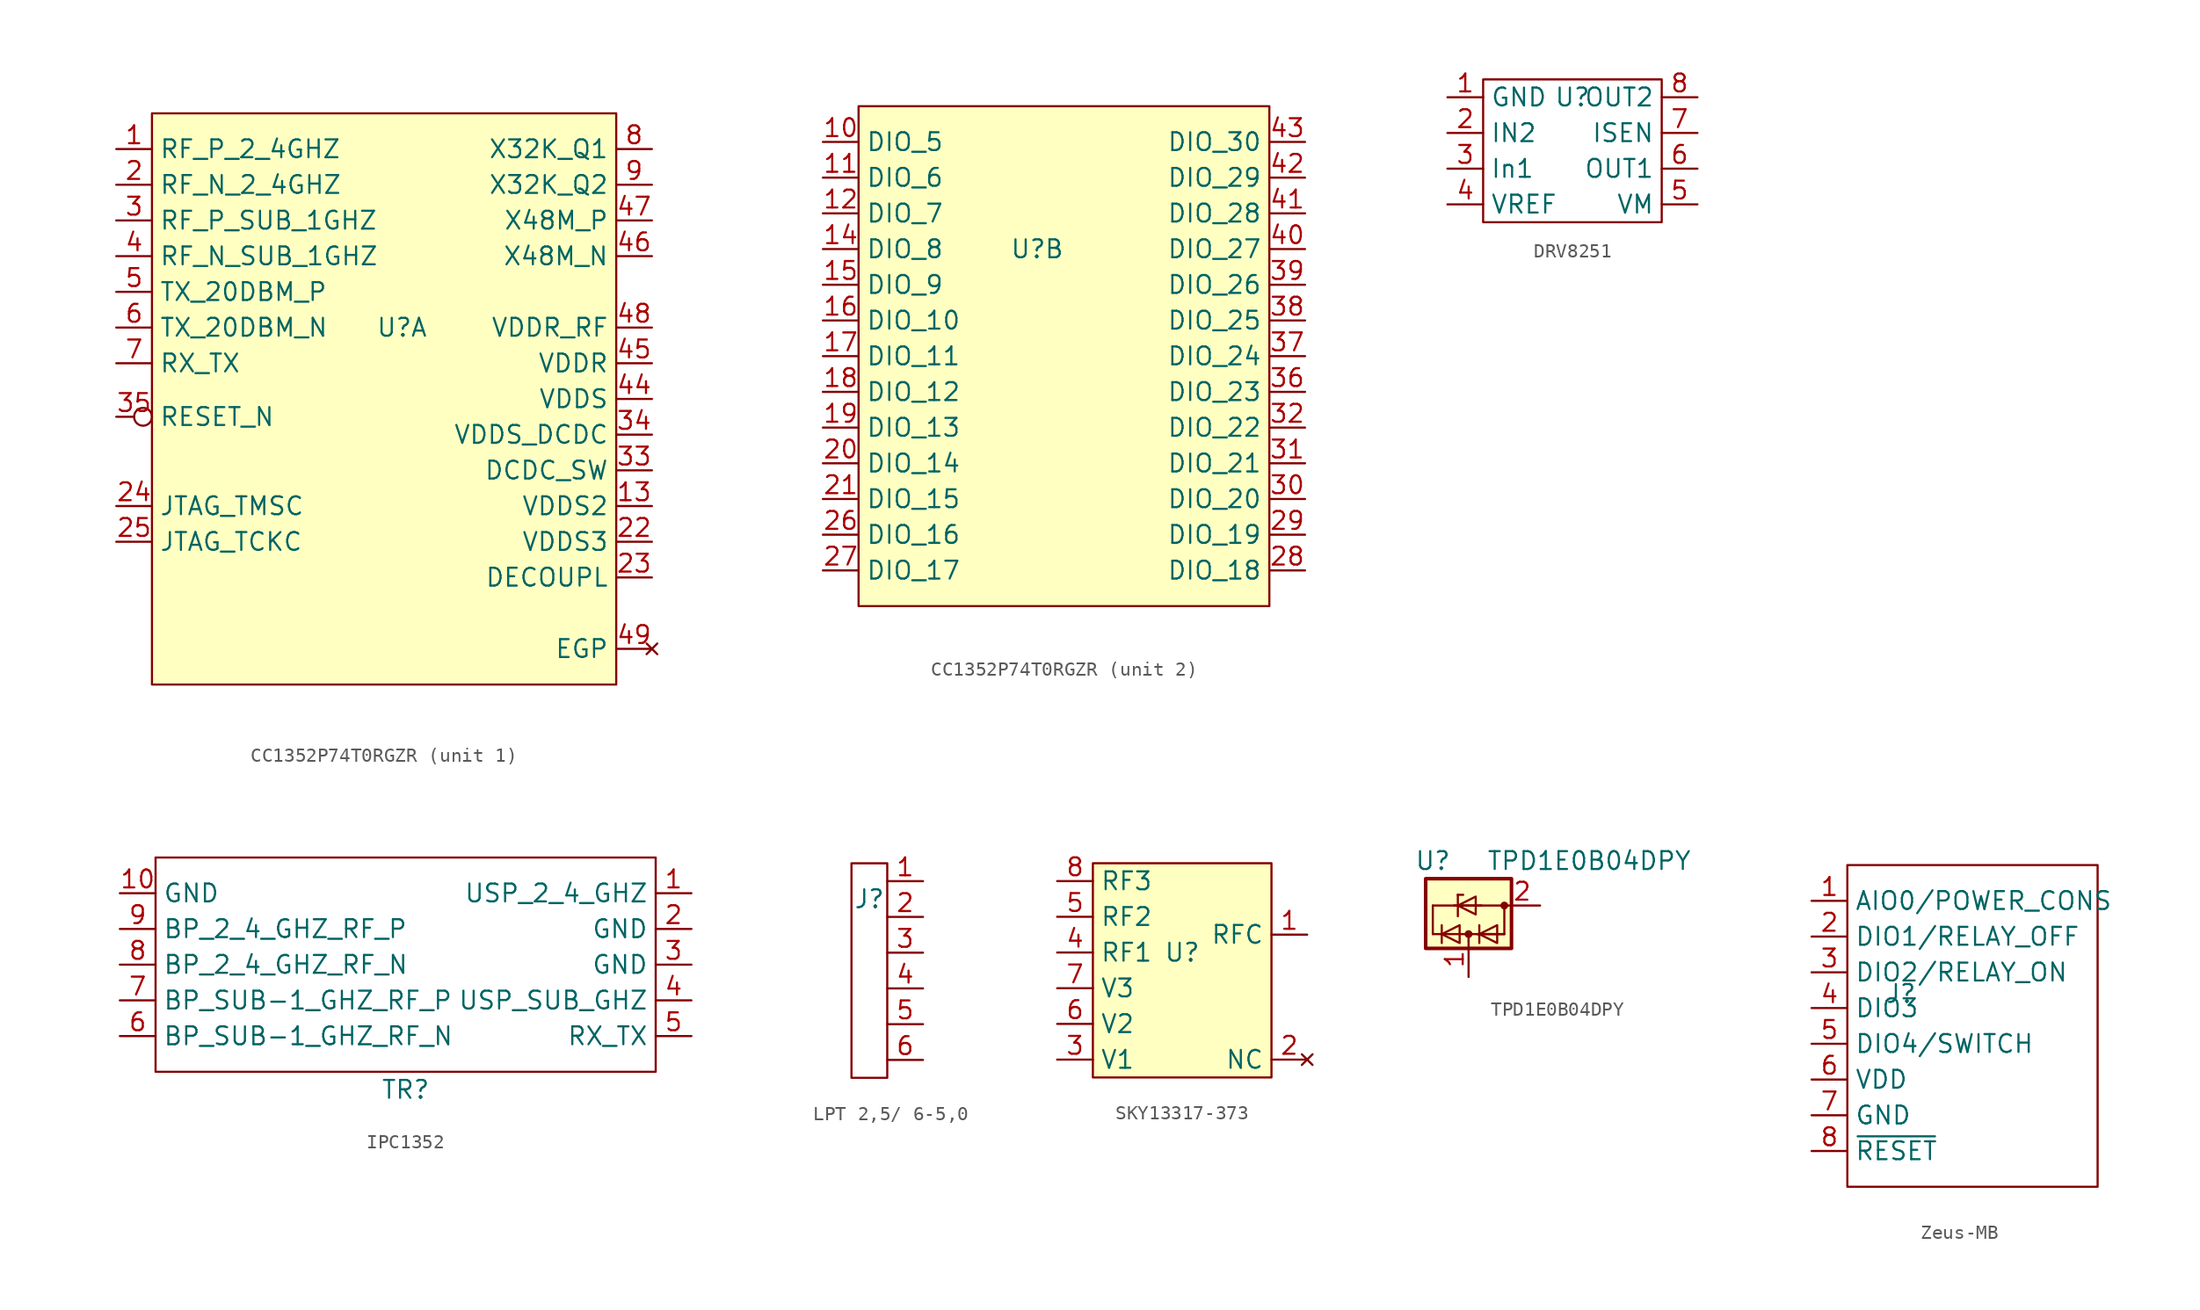
<source format=kicad_sym>
(kicad_symbol_lib
  (version 20231120)
  (generator "kicad_symbol_editor")
  (generator_version "8.0")
  (symbol "CC1352P74T0RGZR"
    (property "Reference" "U"
      (at 0 0 0)
      (effects (font (size 1.27 1.27))))
    (property "Value" ""
      (at 0 0 0)
      (effects (font (size 1.27 1.27))))
    (property "ki_locked" ""
      (at 0 0 0)
      (effects (font (size 1.27 1.27))))
    (symbol "CC1352P74T0RGZR_1_1"
      (rectangle (start -17.78 15.24) (end 15.24 -25.4) (stroke (width 0) (type default)) (fill (type background)))
      (pin passive line (at -20.32 12.7 0) (length 2.54) (name "RF_P_2_4GHZ" (effects (font (size 1.27 1.27)))) (number "1" (effects (font (size 1.27 1.27)))))
      (pin power_in line (at 17.78 -12.7 180) (length 2.54) (name "VDDS2" (effects (font (size 1.27 1.27)))) (number "13" (effects (font (size 1.27 1.27)))))
      (pin passive line (at -20.32 10.16 0) (length 2.54) (name "RF_N_2_4GHZ" (effects (font (size 1.27 1.27)))) (number "2" (effects (font (size 1.27 1.27)))))
      (pin power_in line (at 17.78 -15.24 180) (length 2.54) (name "VDDS3" (effects (font (size 1.27 1.27)))) (number "22" (effects (font (size 1.27 1.27)))))
      (pin input line (at 17.78 -17.78 180) (length 2.54) (name "DECOUPL" (effects (font (size 1.27 1.27)))) (number "23" (effects (font (size 1.27 1.27)))))
      (pin bidirectional line (at -20.32 -12.7 0) (length 2.54) (name "JTAG_TMSC" (effects (font (size 1.27 1.27)))) (number "24" (effects (font (size 1.27 1.27)))))
      (pin output line (at -20.32 -15.24 0) (length 2.54) (name "JTAG_TCKC" (effects (font (size 1.27 1.27)))) (number "25" (effects (font (size 1.27 1.27)))))
      (pin passive line (at -20.32 7.62 0) (length 2.54) (name "RF_P_SUB_1GHZ" (effects (font (size 1.27 1.27)))) (number "3" (effects (font (size 1.27 1.27)))))
      (pin power_out line (at 17.78 -10.16 180) (length 2.54) (name "DCDC_SW" (effects (font (size 1.27 1.27)))) (number "33" (effects (font (size 1.27 1.27)))))
      (pin power_in line (at 17.78 -7.62 180) (length 2.54) (name "VDDS_DCDC" (effects (font (size 1.27 1.27)))) (number "34" (effects (font (size 1.27 1.27)))))
      (pin input inverted (at -20.32 -6.35 0) (length 2.54) (name "RESET_N" (effects (font (size 1.27 1.27)))) (number "35" (effects (font (size 1.27 1.27)))))
      (pin passive line (at -20.32 5.08 0) (length 2.54) (name "RF_N_SUB_1GHZ" (effects (font (size 1.27 1.27)))) (number "4" (effects (font (size 1.27 1.27)))))
      (pin power_in line (at 17.78 -5.08 180) (length 2.54) (name "VDDS" (effects (font (size 1.27 1.27)))) (number "44" (effects (font (size 1.27 1.27)))))
      (pin power_in line (at 17.78 -2.54 180) (length 2.54) (name "VDDR" (effects (font (size 1.27 1.27)))) (number "45" (effects (font (size 1.27 1.27)))))
      (pin passive line (at 17.78 5.08 180) (length 2.54) (name "X48M_N" (effects (font (size 1.27 1.27)))) (number "46" (effects (font (size 1.27 1.27)))))
      (pin passive line (at 17.78 7.62 180) (length 2.54) (name "X48M_P" (effects (font (size 1.27 1.27)))) (number "47" (effects (font (size 1.27 1.27)))))
      (pin power_in line (at 17.78 0 180) (length 2.54) (name "VDDR_RF" (effects (font (size 1.27 1.27)))) (number "48" (effects (font (size 1.27 1.27)))))
      (pin no_connect line (at 17.78 -22.86 180) (length 2.54) (name "EGP" (effects (font (size 1.27 1.27)))) (number "49" (effects (font (size 1.27 1.27)))))
      (pin passive line (at -20.32 2.54 0) (length 2.54) (name "TX_20DBM_P" (effects (font (size 1.27 1.27)))) (number "5" (effects (font (size 1.27 1.27)))))
      (pin passive line (at -20.32 0 0) (length 2.54) (name "TX_20DBM_N" (effects (font (size 1.27 1.27)))) (number "6" (effects (font (size 1.27 1.27)))))
      (pin passive line (at -20.32 -2.54 0) (length 2.54) (name "RX_TX" (effects (font (size 1.27 1.27)))) (number "7" (effects (font (size 1.27 1.27)))))
      (pin passive line (at 17.78 12.7 180) (length 2.54) (name "X32K_Q1" (effects (font (size 1.27 1.27)))) (number "8" (effects (font (size 1.27 1.27)))))
      (pin passive line (at 17.78 10.16 180) (length 2.54) (name "X32K_Q2" (effects (font (size 1.27 1.27)))) (number "9" (effects (font (size 1.27 1.27))))))
    (symbol "CC1352P74T0RGZR_2_1"
      (rectangle (start -12.7 10.16) (end 16.51 -25.4) (stroke (width 0) (type default)) (fill (type background)))
      (pin bidirectional line (at -15.24 7.62 0) (length 2.54) (name "DIO_5" (effects (font (size 1.27 1.27)))) (number "10" (effects (font (size 1.27 1.27)))))
      (pin bidirectional line (at -15.24 5.08 0) (length 2.54) (name "DIO_6" (effects (font (size 1.27 1.27)))) (number "11" (effects (font (size 1.27 1.27)))))
      (pin bidirectional line (at -15.24 2.54 0) (length 2.54) (name "DIO_7" (effects (font (size 1.27 1.27)))) (number "12" (effects (font (size 1.27 1.27)))))
      (pin bidirectional line (at -15.24 0 0) (length 2.54) (name "DIO_8" (effects (font (size 1.27 1.27)))) (number "14" (effects (font (size 1.27 1.27)))))
      (pin bidirectional line (at -15.24 -2.54 0) (length 2.54) (name "DIO_9" (effects (font (size 1.27 1.27)))) (number "15" (effects (font (size 1.27 1.27)))))
      (pin bidirectional line (at -15.24 -5.08 0) (length 2.54) (name "DIO_10" (effects (font (size 1.27 1.27)))) (number "16" (effects (font (size 1.27 1.27)))))
      (pin bidirectional line (at -15.24 -7.62 0) (length 2.54) (name "DIO_11" (effects (font (size 1.27 1.27)))) (number "17" (effects (font (size 1.27 1.27)))))
      (pin bidirectional line (at -15.24 -10.16 0) (length 2.54) (name "DIO_12" (effects (font (size 1.27 1.27)))) (number "18" (effects (font (size 1.27 1.27)))))
      (pin bidirectional line (at -15.24 -12.7 0) (length 2.54) (name "DIO_13" (effects (font (size 1.27 1.27)))) (number "19" (effects (font (size 1.27 1.27)))))
      (pin bidirectional line (at -15.24 -15.24 0) (length 2.54) (name "DIO_14" (effects (font (size 1.27 1.27)))) (number "20" (effects (font (size 1.27 1.27)))))
      (pin bidirectional line (at -15.24 -17.78 0) (length 2.54) (name "DIO_15" (effects (font (size 1.27 1.27)))) (number "21" (effects (font (size 1.27 1.27)))))
      (pin bidirectional line (at -15.24 -20.32 0) (length 2.54) (name "DIO_16" (effects (font (size 1.27 1.27)))) (number "26" (effects (font (size 1.27 1.27)))))
      (pin bidirectional line (at -15.24 -22.86 0) (length 2.54) (name "DIO_17" (effects (font (size 1.27 1.27)))) (number "27" (effects (font (size 1.27 1.27)))))
      (pin bidirectional line (at 19.05 -22.86 180) (length 2.54) (name "DIO_18" (effects (font (size 1.27 1.27)))) (number "28" (effects (font (size 1.27 1.27)))))
      (pin bidirectional line (at 19.05 -20.32 180) (length 2.54) (name "DIO_19" (effects (font (size 1.27 1.27)))) (number "29" (effects (font (size 1.27 1.27)))))
      (pin bidirectional line (at 19.05 -17.78 180) (length 2.54) (name "DIO_20" (effects (font (size 1.27 1.27)))) (number "30" (effects (font (size 1.27 1.27)))))
      (pin bidirectional line (at 19.05 -15.24 180) (length 2.54) (name "DIO_21" (effects (font (size 1.27 1.27)))) (number "31" (effects (font (size 1.27 1.27)))))
      (pin bidirectional line (at 19.05 -12.7 180) (length 2.54) (name "DIO_22" (effects (font (size 1.27 1.27)))) (number "32" (effects (font (size 1.27 1.27)))))
      (pin bidirectional line (at 19.05 -10.16 180) (length 2.54) (name "DIO_23" (effects (font (size 1.27 1.27)))) (number "36" (effects (font (size 1.27 1.27)))))
      (pin bidirectional line (at 19.05 -7.62 180) (length 2.54) (name "DIO_24" (effects (font (size 1.27 1.27)))) (number "37" (effects (font (size 1.27 1.27)))))
      (pin bidirectional line (at 19.05 -5.08 180) (length 2.54) (name "DIO_25" (effects (font (size 1.27 1.27)))) (number "38" (effects (font (size 1.27 1.27)))))
      (pin bidirectional line (at 19.05 -2.54 180) (length 2.54) (name "DIO_26" (effects (font (size 1.27 1.27)))) (number "39" (effects (font (size 1.27 1.27)))))
      (pin bidirectional line (at 19.05 0 180) (length 2.54) (name "DIO_27" (effects (font (size 1.27 1.27)))) (number "40" (effects (font (size 1.27 1.27)))))
      (pin bidirectional line (at 19.05 2.54 180) (length 2.54) (name "DIO_28" (effects (font (size 1.27 1.27)))) (number "41" (effects (font (size 1.27 1.27)))))
      (pin bidirectional line (at 19.05 5.08 180) (length 2.54) (name "DIO_29" (effects (font (size 1.27 1.27)))) (number "42" (effects (font (size 1.27 1.27)))))
      (pin bidirectional line (at 19.05 7.62 180) (length 2.54) (name "DIO_30" (effects (font (size 1.27 1.27)))) (number "43" (effects (font (size 1.27 1.27)))))))
  (symbol "DRV8251"
    (property "Reference" "U"
      (at 0 2.54 0)
      (effects (font (size 1.27 1.27))))
    (property "Value" ""
      (at 0 0 0)
      (effects (font (size 1.27 1.27))))
    (symbol "DRV8251_0_1"
      (rectangle (start -6.35 3.81) (end 6.35 -6.35) (stroke (width 0) (type default)) (fill (type none))))
    (symbol "DRV8251_1_1"
      (pin power_in line (at -8.89 2.54 0) (length 2.54) (name "GND" (effects (font (size 1.27 1.27)))) (number "1" (effects (font (size 1.27 1.27)))))
      (pin passive line (at -8.89 0 0) (length 2.54) (name "IN2" (effects (font (size 1.27 1.27)))) (number "2" (effects (font (size 1.27 1.27)))))
      (pin passive line (at -8.89 -2.54 0) (length 2.54) (name "In1" (effects (font (size 1.27 1.27)))) (number "3" (effects (font (size 1.27 1.27)))))
      (pin power_in line (at -8.89 -5.08 0) (length 2.54) (name "VREF" (effects (font (size 1.27 1.27)))) (number "4" (effects (font (size 1.27 1.27)))))
      (pin power_in line (at 8.89 -5.08 180) (length 2.54) (name "VM" (effects (font (size 1.27 1.27)))) (number "5" (effects (font (size 1.27 1.27)))))
      (pin passive line (at 8.89 -2.54 180) (length 2.54) (name "OUT1" (effects (font (size 1.27 1.27)))) (number "6" (effects (font (size 1.27 1.27)))))
      (pin power_in line (at 8.89 0 180) (length 2.54) (name "ISEN" (effects (font (size 1.27 1.27)))) (number "7" (effects (font (size 1.27 1.27)))))
      (pin passive line (at 8.89 2.54 180) (length 2.54) (name "OUT2" (effects (font (size 1.27 1.27)))) (number "8" (effects (font (size 1.27 1.27)))))))
  (symbol "IPC1352"
    (property "Reference" "TR"
      (at 0 -8.89 0)
      (effects (font (size 1.27 1.27))))
    (property "Value" ""
      (at 12.7 0 0)
      (effects (font (size 1.27 1.27))))
    (symbol "IPC1352_0_1"
      (rectangle (start -17.78 7.62) (end 17.78 -7.62) (stroke (width 0) (type default)) (fill (type none))))
    (symbol "IPC1352_1_1"
      (pin passive line (at 20.32 5.08 180) (length 2.54) (name "USP_2_4_GHZ" (effects (font (size 1.27 1.27)))) (number "1" (effects (font (size 1.27 1.27)))))
      (pin passive line (at -20.32 5.08 0) (length 2.54) (name "GND" (effects (font (size 1.27 1.27)))) (number "10" (effects (font (size 1.27 1.27)))))
      (pin passive line (at 20.32 2.54 180) (length 2.54) (name "GND" (effects (font (size 1.27 1.27)))) (number "2" (effects (font (size 1.27 1.27)))))
      (pin passive line (at 20.32 0 180) (length 2.54) (name "GND" (effects (font (size 1.27 1.27)))) (number "3" (effects (font (size 1.27 1.27)))))
      (pin passive line (at 20.32 -2.54 180) (length 2.54) (name "USP_SUB_GHZ" (effects (font (size 1.27 1.27)))) (number "4" (effects (font (size 1.27 1.27)))))
      (pin passive line (at 20.32 -5.08 180) (length 2.54) (name "RX_TX" (effects (font (size 1.27 1.27)))) (number "5" (effects (font (size 1.27 1.27)))))
      (pin passive line (at -20.32 -5.08 0) (length 2.54) (name "BP_SUB-1_GHZ_RF_N" (effects (font (size 1.27 1.27)))) (number "6" (effects (font (size 1.27 1.27)))))
      (pin passive line (at -20.32 -2.54 0) (length 2.54) (name "BP_SUB-1_GHZ_RF_P" (effects (font (size 1.27 1.27)))) (number "7" (effects (font (size 1.27 1.27)))))
      (pin passive line (at -20.32 0 0) (length 2.54) (name "BP_2_4_GHZ_RF_N" (effects (font (size 1.27 1.27)))) (number "8" (effects (font (size 1.27 1.27)))))
      (pin passive line (at -20.32 2.54 0) (length 2.54) (name "BP_2_4_GHZ_RF_P" (effects (font (size 1.27 1.27)))) (number "9" (effects (font (size 1.27 1.27)))))))
  (symbol "LPT 2,5/ 6-5,0"
    (property "Reference" "J"
      (at 0 5.08 0)
      (effects (font (size 1.27 1.27))))
    (property "Value" ""
      (at 0 5.08 0)
      (effects (font (size 1.27 1.27))))
    (symbol "LPT 2,5/ 6-5,0_0_1"
      (polyline (pts (xy -1.27 7.62) (xy 1.27 7.62) (xy 1.27 -7.62) (xy -1.27 -7.62) (xy -1.27 7.62)) (stroke (width 0) (type default)) (fill (type none))))
    (symbol "LPT 2,5/ 6-5,0_1_1"
      (pin passive line (at 3.81 6.35 180) (length 2.54) (name "" (effects (font (size 1.27 1.27)))) (number "1" (effects (font (size 1.27 1.27)))))
      (pin passive line (at 3.81 3.81 180) (length 2.54) (name "" (effects (font (size 1.27 1.27)))) (number "2" (effects (font (size 1.27 1.27)))))
      (pin passive line (at 3.81 1.27 180) (length 2.54) (name "" (effects (font (size 1.27 1.27)))) (number "3" (effects (font (size 1.27 1.27)))))
      (pin passive line (at 3.81 -1.27 180) (length 2.54) (name "" (effects (font (size 1.27 1.27)))) (number "4" (effects (font (size 1.27 1.27)))))
      (pin passive line (at 3.81 -3.81 180) (length 2.54) (name "" (effects (font (size 1.27 1.27)))) (number "5" (effects (font (size 1.27 1.27)))))
      (pin passive line (at 3.81 -6.35 180) (length 2.54) (name "" (effects (font (size 1.27 1.27)))) (number "6" (effects (font (size 1.27 1.27)))))))
  (symbol "SKY13317-373"
    (property "Reference" "U"
      (at 0 0 0)
      (effects (font (size 1.27 1.27))))
    (property "Value" ""
      (at 0 0 0)
      (effects (font (size 1.27 1.27))))
    (symbol "SKY13317-373_1_1"
      (rectangle (start -6.35 6.35) (end 6.35 -8.89) (stroke (width 0) (type default)) (fill (type background)))
      (pin passive line (at 8.89 1.27 180) (length 2.54) (name "RFC" (effects (font (size 1.27 1.27)))) (number "1" (effects (font (size 1.27 1.27)))))
      (pin no_connect line (at 8.89 -7.62 180) (length 2.54) (name "NC" (effects (font (size 1.27 1.27)))) (number "2" (effects (font (size 1.27 1.27)))))
      (pin input line (at -8.89 -7.62 0) (length 2.54) (name "V1" (effects (font (size 1.27 1.27)))) (number "3" (effects (font (size 1.27 1.27)))))
      (pin passive line (at -8.89 0 0) (length 2.54) (name "RF1" (effects (font (size 1.27 1.27)))) (number "4" (effects (font (size 1.27 1.27)))))
      (pin passive line (at -8.89 2.54 0) (length 2.54) (name "RF2" (effects (font (size 1.27 1.27)))) (number "5" (effects (font (size 1.27 1.27)))))
      (pin input line (at -8.89 -5.08 0) (length 2.54) (name "V2" (effects (font (size 1.27 1.27)))) (number "6" (effects (font (size 1.27 1.27)))))
      (pin input line (at -8.89 -2.54 0) (length 2.54) (name "V3" (effects (font (size 1.27 1.27)))) (number "7" (effects (font (size 1.27 1.27)))))
      (pin passive line (at -8.89 5.08 0) (length 2.54) (name "RF3" (effects (font (size 1.27 1.27)))) (number "8" (effects (font (size 1.27 1.27)))))
      (pin no_connect line (at 8.89 -5.08 180) (length 2.54) hide (name "PAD" (effects (font (size 1.27 1.27)))) (number "9" (effects (font (size 1.27 1.27)))))))
  (symbol "TPD1E0B04DPY"
    (pin_names
      (offset 0) hide)
    (property "Reference" "U"
      (at -2.54 3.175 0)
      (effects (font (size 1.27 1.27))))
    (property "Value" "TPD1E0B04DPY"
      (at 1.27 3.175 0)
      (effects (font (size 1.27 1.27)) (justify left)))
    (symbol "TPD1E0B04DPY_0_1"
      (rectangle (start -3.048 1.905) (end 3.048 -3.048) (stroke (width 0.254) (type default)) (fill (type background)))
      (circle (center 0 -2.032) (radius 0.203) (stroke (width 0) (type default)) (fill (type outline)))
      (polyline (pts (xy -2.54 -2.032) (xy -2.54 0)) (stroke (width 0) (type default)) (fill (type none)))
      (polyline (pts (xy -1.905 -2.667) (xy -1.905 -1.397)) (stroke (width 0) (type default)) (fill (type none)))
      (polyline (pts (xy -1.016 0) (xy -2.54 0)) (stroke (width 0) (type default)) (fill (type none)))
      (polyline (pts (xy -0.762 -0.762) (xy -0.762 0.762)) (stroke (width 0) (type default)) (fill (type none)))
      (polyline (pts (xy -0.762 0.762) (xy -0.762 0.762)) (stroke (width 0) (type default)) (fill (type none)))
      (polyline (pts (xy -0.635 -2.032) (xy -2.54 -2.032)) (stroke (width 0) (type default)) (fill (type none)))
      (polyline (pts (xy -0.635 -2.032) (xy 0.635 -2.032)) (stroke (width 0) (type default)) (fill (type none)))
      (polyline (pts (xy -0.381 0.762) (xy -0.762 0.762)) (stroke (width 0) (type default)) (fill (type none)))
      (polyline (pts (xy 0 -2.54) (xy 0 -2.032)) (stroke (width 0) (type default)) (fill (type none)))
      (polyline (pts (xy 0.762 -2.667) (xy 0.762 -1.397)) (stroke (width 0) (type default)) (fill (type none)))
      (polyline (pts (xy 0.889 0) (xy -1.016 0)) (stroke (width 0) (type default)) (fill (type none)))
      (polyline (pts (xy 0.889 0) (xy -1.016 0)) (stroke (width 0) (type default)) (fill (type none)))
      (polyline (pts (xy 0.889 0) (xy 2.54 0)) (stroke (width 0) (type default)) (fill (type none)))
      (polyline (pts (xy 2.54 -2.032) (xy 0.635 -2.032)) (stroke (width 0) (type default)) (fill (type none)))
      (polyline (pts (xy 2.54 -2.032) (xy 0.635 -2.032)) (stroke (width 0) (type default)) (fill (type none)))
      (polyline (pts (xy 2.54 -2.032) (xy 2.54 0)) (stroke (width 0) (type default)) (fill (type none)))
      (polyline (pts (xy -1.905 -2.032) (xy -0.635 -1.397) (xy -0.635 -2.667) (xy -1.905 -2.032)) (stroke (width 0) (type default)) (fill (type none)))
      (polyline (pts (xy -0.762 0) (xy 0.508 0.635) (xy 0.508 -0.635) (xy -0.762 0)) (stroke (width 0) (type default)) (fill (type none)))
      (polyline (pts (xy 0.762 -2.032) (xy 2.032 -1.397) (xy 2.032 -2.667) (xy 0.762 -2.032)) (stroke (width 0) (type default)) (fill (type none)))
      (circle (center 2.54 0) (radius 0.203) (stroke (width 0) (type default)) (fill (type outline))))
    (symbol "TPD1E0B04DPY_1_1"
      (pin passive line (at 0 -5.08 90) (length 2.54) (name "I/O" (effects (font (size 1.27 1.27)))) (number "1" (effects (font (size 1.27 1.27)))))
      (pin power_in line (at 5.08 0 180) (length 2.54) (name "GND" (effects (font (size 1.27 1.27)))) (number "2" (effects (font (size 1.27 1.27)))))))
  (symbol "Zeus-MB"
    (property "Reference" "J"
      (at 3.81 2.286 0)
      (effects (font (size 1.27 1.27))))
    (property "Value" ""
      (at 0 0 0)
      (effects (font (size 1.27 1.27))))
    (symbol "Zeus-MB_0_1"
      (rectangle (start 0 11.43) (end 17.78 -11.43) (stroke (width 0) (type default)) (fill (type none))))
    (symbol "Zeus-MB_1_1"
      (pin passive line (at -2.54 8.89 0) (length 2.54) (name "AIO0/POWER_CONS" (effects (font (size 1.27 1.27)))) (number "1" (effects (font (size 1.27 1.27)))))
      (pin passive line (at -2.54 6.35 0) (length 2.54) (name "DIO1/RELAY_OFF" (effects (font (size 1.27 1.27)))) (number "2" (effects (font (size 1.27 1.27)))))
      (pin passive line (at -2.54 3.81 0) (length 2.54) (name "DIO2/RELAY_ON" (effects (font (size 1.27 1.27)))) (number "3" (effects (font (size 1.27 1.27)))))
      (pin passive line (at -2.54 1.27 0) (length 2.54) (name "DIO3" (effects (font (size 1.27 1.27)))) (number "4" (effects (font (size 1.27 1.27)))))
      (pin passive line (at -2.54 -1.27 0) (length 2.54) (name "DIO4/SWITCH" (effects (font (size 1.27 1.27)))) (number "5" (effects (font (size 1.27 1.27)))))
      (pin passive line (at -2.54 -3.81 0) (length 2.54) (name "VDD" (effects (font (size 1.27 1.27)))) (number "6" (effects (font (size 1.27 1.27)))))
      (pin passive line (at -2.54 -6.35 0) (length 2.54) (name "GND" (effects (font (size 1.27 1.27)))) (number "7" (effects (font (size 1.27 1.27)))))
      (pin passive line (at -2.54 -8.89 0) (length 2.54) (name "~{RESET}" (effects (font (size 1.27 1.27)))) (number "8" (effects (font (size 1.27 1.27))))))))
</source>
